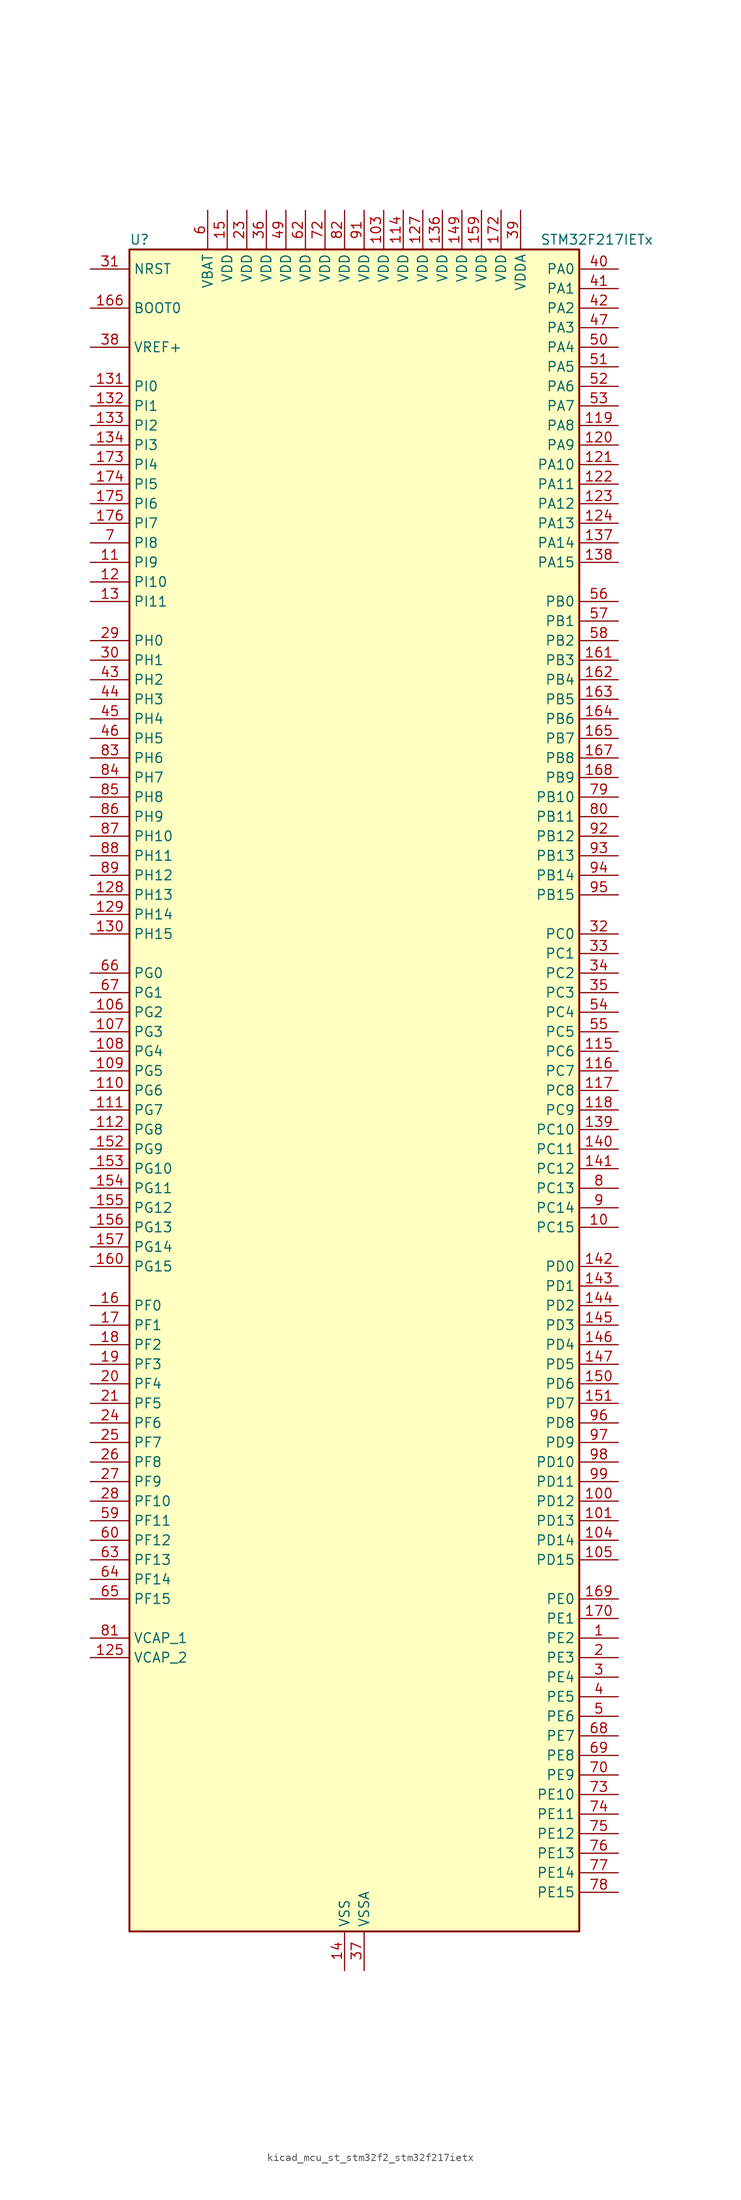
<source format=kicad_sym>
(kicad_symbol_lib
  (version 20220914)
  (generator kicad_symbol_editor)
  (symbol "kicad_mcu_st_stm32f2_stm32f217ietx"
    (property "Reference" "U"
      (at -27.94 110.49 0)
      (effects (font (size 1.27 1.27)) (justify left)))
    (property "Value" "STM32F217IETx"
      (at 25.4 110.49 0)
      (effects (font (size 1.27 1.27)) (justify left)))
    (property "ki_locked" ""
      (at 0 0 0)
      (effects (font (size 1.27 1.27))))
    (symbol "kicad_mcu_st_stm32f2_stm32f217ietx_0_1"
      (rectangle (start -27.94 -109.22) (end 30.48 109.22) (stroke (width 0.254) (type default)) (fill (type background))))
    (symbol "kicad_mcu_st_stm32f2_stm32f217ietx_1_1"
      (pin bidirectional line (at 35.56 -71.12 180) (length 5.08) (name "PE2" (effects (font (size 1.27 1.27)))) (number "1" (effects (font (size 1.27 1.27)))) (alternate "ETH_TXD3" bidirectional line) (alternate "FSMC_A23" bidirectional line) (alternate "SYS_TRACECLK" bidirectional line))
      (pin bidirectional line (at 35.56 -17.78 180) (length 5.08) (name "PC15" (effects (font (size 1.27 1.27)))) (number "10" (effects (font (size 1.27 1.27)))) (alternate "ADC1_EXTI15" bidirectional line) (alternate "ADC2_EXTI15" bidirectional line) (alternate "ADC3_EXTI15" bidirectional line) (alternate "RCC_OSC32_OUT" bidirectional line))
      (pin bidirectional line (at 35.56 -53.34 180) (length 5.08) (name "PD12" (effects (font (size 1.27 1.27)))) (number "100" (effects (font (size 1.27 1.27)))) (alternate "FSMC_A17" bidirectional line) (alternate "FSMC_ALE" bidirectional line) (alternate "TIM4_CH1" bidirectional line) (alternate "USART3_RTS" bidirectional line))
      (pin bidirectional line (at 35.56 -55.88 180) (length 5.08) (name "PD13" (effects (font (size 1.27 1.27)))) (number "101" (effects (font (size 1.27 1.27)))) (alternate "FSMC_A18" bidirectional line) (alternate "TIM4_CH2" bidirectional line))
      (pin passive line (at 0 -114.3 90) (length 5.08) hide (name "VSS" (effects (font (size 1.27 1.27)))) (number "102" (effects (font (size 1.27 1.27)))))
      (pin power_in line (at 5.08 114.3 270) (length 5.08) (name "VDD" (effects (font (size 1.27 1.27)))) (number "103" (effects (font (size 1.27 1.27)))))
      (pin bidirectional line (at 35.56 -58.42 180) (length 5.08) (name "PD14" (effects (font (size 1.27 1.27)))) (number "104" (effects (font (size 1.27 1.27)))) (alternate "FSMC_D0" bidirectional line) (alternate "FSMC_DA0" bidirectional line) (alternate "TIM4_CH3" bidirectional line))
      (pin bidirectional line (at 35.56 -60.96 180) (length 5.08) (name "PD15" (effects (font (size 1.27 1.27)))) (number "105" (effects (font (size 1.27 1.27)))) (alternate "ADC1_EXTI15" bidirectional line) (alternate "ADC2_EXTI15" bidirectional line) (alternate "ADC3_EXTI15" bidirectional line) (alternate "FSMC_D1" bidirectional line) (alternate "FSMC_DA1" bidirectional line) (alternate "TIM4_CH4" bidirectional line))
      (pin bidirectional line (at -33.02 10.16 0) (length 5.08) (name "PG2" (effects (font (size 1.27 1.27)))) (number "106" (effects (font (size 1.27 1.27)))) (alternate "FSMC_A12" bidirectional line))
      (pin bidirectional line (at -33.02 7.62 0) (length 5.08) (name "PG3" (effects (font (size 1.27 1.27)))) (number "107" (effects (font (size 1.27 1.27)))) (alternate "FSMC_A13" bidirectional line))
      (pin bidirectional line (at -33.02 5.08 0) (length 5.08) (name "PG4" (effects (font (size 1.27 1.27)))) (number "108" (effects (font (size 1.27 1.27)))) (alternate "FSMC_A14" bidirectional line))
      (pin bidirectional line (at -33.02 2.54 0) (length 5.08) (name "PG5" (effects (font (size 1.27 1.27)))) (number "109" (effects (font (size 1.27 1.27)))) (alternate "FSMC_A15" bidirectional line))
      (pin bidirectional line (at -33.02 68.58 0) (length 5.08) (name "PI9" (effects (font (size 1.27 1.27)))) (number "11" (effects (font (size 1.27 1.27)))) (alternate "CAN1_RX" bidirectional line) (alternate "DAC_EXTI9" bidirectional line))
      (pin bidirectional line (at -33.02 0 0) (length 5.08) (name "PG6" (effects (font (size 1.27 1.27)))) (number "110" (effects (font (size 1.27 1.27)))) (alternate "FSMC_INT2" bidirectional line))
      (pin bidirectional line (at -33.02 -2.54 0) (length 5.08) (name "PG7" (effects (font (size 1.27 1.27)))) (number "111" (effects (font (size 1.27 1.27)))) (alternate "FSMC_INT3" bidirectional line) (alternate "USART6_CK" bidirectional line))
      (pin bidirectional line (at -33.02 -5.08 0) (length 5.08) (name "PG8" (effects (font (size 1.27 1.27)))) (number "112" (effects (font (size 1.27 1.27)))) (alternate "ETH_PPS_OUT" bidirectional line) (alternate "USART6_RTS" bidirectional line))
      (pin passive line (at 0 -114.3 90) (length 5.08) hide (name "VSS" (effects (font (size 1.27 1.27)))) (number "113" (effects (font (size 1.27 1.27)))))
      (pin power_in line (at 7.62 114.3 270) (length 5.08) (name "VDD" (effects (font (size 1.27 1.27)))) (number "114" (effects (font (size 1.27 1.27)))))
      (pin bidirectional line (at 35.56 5.08 180) (length 5.08) (name "PC6" (effects (font (size 1.27 1.27)))) (number "115" (effects (font (size 1.27 1.27)))) (alternate "DCMI_D0" bidirectional line) (alternate "I2S2_MCK" bidirectional line) (alternate "SDIO_D6" bidirectional line) (alternate "TIM3_CH1" bidirectional line) (alternate "TIM8_CH1" bidirectional line) (alternate "USART6_TX" bidirectional line))
      (pin bidirectional line (at 35.56 2.54 180) (length 5.08) (name "PC7" (effects (font (size 1.27 1.27)))) (number "116" (effects (font (size 1.27 1.27)))) (alternate "DCMI_D1" bidirectional line) (alternate "I2S3_MCK" bidirectional line) (alternate "SDIO_D7" bidirectional line) (alternate "TIM3_CH2" bidirectional line) (alternate "TIM8_CH2" bidirectional line) (alternate "USART6_RX" bidirectional line))
      (pin bidirectional line (at 35.56 0 180) (length 5.08) (name "PC8" (effects (font (size 1.27 1.27)))) (number "117" (effects (font (size 1.27 1.27)))) (alternate "DCMI_D2" bidirectional line) (alternate "SDIO_D0" bidirectional line) (alternate "TIM3_CH3" bidirectional line) (alternate "TIM8_CH3" bidirectional line) (alternate "USART6_CK" bidirectional line))
      (pin bidirectional line (at 35.56 -2.54 180) (length 5.08) (name "PC9" (effects (font (size 1.27 1.27)))) (number "118" (effects (font (size 1.27 1.27)))) (alternate "DAC_EXTI9" bidirectional line) (alternate "DCMI_D3" bidirectional line) (alternate "I2C3_SDA" bidirectional line) (alternate "I2S_CKIN" bidirectional line) (alternate "RCC_MCO_2" bidirectional line) (alternate "SDIO_D1" bidirectional line) (alternate "TIM3_CH4" bidirectional line) (alternate "TIM8_CH4" bidirectional line))
      (pin bidirectional line (at 35.56 86.36 180) (length 5.08) (name "PA8" (effects (font (size 1.27 1.27)))) (number "119" (effects (font (size 1.27 1.27)))) (alternate "I2C3_SCL" bidirectional line) (alternate "RCC_MCO_1" bidirectional line) (alternate "TIM1_CH1" bidirectional line) (alternate "USART1_CK" bidirectional line) (alternate "USB_OTG_FS_SOF" bidirectional line))
      (pin bidirectional line (at -33.02 66.04 0) (length 5.08) (name "PI10" (effects (font (size 1.27 1.27)))) (number "12" (effects (font (size 1.27 1.27)))) (alternate "ETH_RX_ER" bidirectional line))
      (pin bidirectional line (at 35.56 83.82 180) (length 5.08) (name "PA9" (effects (font (size 1.27 1.27)))) (number "120" (effects (font (size 1.27 1.27)))) (alternate "DAC_EXTI9" bidirectional line) (alternate "DCMI_D0" bidirectional line) (alternate "I2C3_SMBA" bidirectional line) (alternate "TIM1_CH2" bidirectional line) (alternate "USART1_TX" bidirectional line) (alternate "USB_OTG_FS_VBUS" bidirectional line))
      (pin bidirectional line (at 35.56 81.28 180) (length 5.08) (name "PA10" (effects (font (size 1.27 1.27)))) (number "121" (effects (font (size 1.27 1.27)))) (alternate "DCMI_D1" bidirectional line) (alternate "TIM1_CH3" bidirectional line) (alternate "USART1_RX" bidirectional line) (alternate "USB_OTG_FS_ID" bidirectional line))
      (pin bidirectional line (at 35.56 78.74 180) (length 5.08) (name "PA11" (effects (font (size 1.27 1.27)))) (number "122" (effects (font (size 1.27 1.27)))) (alternate "ADC1_EXTI11" bidirectional line) (alternate "ADC2_EXTI11" bidirectional line) (alternate "ADC3_EXTI11" bidirectional line) (alternate "CAN1_RX" bidirectional line) (alternate "TIM1_CH4" bidirectional line) (alternate "USART1_CTS" bidirectional line) (alternate "USB_OTG_FS_DM" bidirectional line))
      (pin bidirectional line (at 35.56 76.2 180) (length 5.08) (name "PA12" (effects (font (size 1.27 1.27)))) (number "123" (effects (font (size 1.27 1.27)))) (alternate "CAN1_TX" bidirectional line) (alternate "TIM1_ETR" bidirectional line) (alternate "USART1_RTS" bidirectional line) (alternate "USB_OTG_FS_DP" bidirectional line))
      (pin bidirectional line (at 35.56 73.66 180) (length 5.08) (name "PA13" (effects (font (size 1.27 1.27)))) (number "124" (effects (font (size 1.27 1.27)))) (alternate "SYS_JTMS-SWDIO" bidirectional line))
      (pin power_out line (at -33.02 -73.66 0) (length 5.08) (name "VCAP_2" (effects (font (size 1.27 1.27)))) (number "125" (effects (font (size 1.27 1.27)))))
      (pin passive line (at 0 -114.3 90) (length 5.08) hide (name "VSS" (effects (font (size 1.27 1.27)))) (number "126" (effects (font (size 1.27 1.27)))))
      (pin power_in line (at 10.16 114.3 270) (length 5.08) (name "VDD" (effects (font (size 1.27 1.27)))) (number "127" (effects (font (size 1.27 1.27)))))
      (pin bidirectional line (at -33.02 25.4 0) (length 5.08) (name "PH13" (effects (font (size 1.27 1.27)))) (number "128" (effects (font (size 1.27 1.27)))) (alternate "CAN1_TX" bidirectional line) (alternate "TIM8_CH1N" bidirectional line))
      (pin bidirectional line (at -33.02 22.86 0) (length 5.08) (name "PH14" (effects (font (size 1.27 1.27)))) (number "129" (effects (font (size 1.27 1.27)))) (alternate "DCMI_D4" bidirectional line) (alternate "TIM8_CH2N" bidirectional line))
      (pin bidirectional line (at -33.02 63.5 0) (length 5.08) (name "PI11" (effects (font (size 1.27 1.27)))) (number "13" (effects (font (size 1.27 1.27)))) (alternate "ADC1_EXTI11" bidirectional line) (alternate "ADC2_EXTI11" bidirectional line) (alternate "ADC3_EXTI11" bidirectional line) (alternate "USB_OTG_HS_ULPI_DIR" bidirectional line))
      (pin bidirectional line (at -33.02 20.32 0) (length 5.08) (name "PH15" (effects (font (size 1.27 1.27)))) (number "130" (effects (font (size 1.27 1.27)))) (alternate "ADC1_EXTI15" bidirectional line) (alternate "ADC2_EXTI15" bidirectional line) (alternate "ADC3_EXTI15" bidirectional line) (alternate "DCMI_D11" bidirectional line) (alternate "TIM8_CH3N" bidirectional line))
      (pin bidirectional line (at -33.02 91.44 0) (length 5.08) (name "PI0" (effects (font (size 1.27 1.27)))) (number "131" (effects (font (size 1.27 1.27)))) (alternate "DCMI_D13" bidirectional line) (alternate "I2S2_WS" bidirectional line) (alternate "SPI2_NSS" bidirectional line) (alternate "TIM5_CH4" bidirectional line))
      (pin bidirectional line (at -33.02 88.9 0) (length 5.08) (name "PI1" (effects (font (size 1.27 1.27)))) (number "132" (effects (font (size 1.27 1.27)))) (alternate "DCMI_D8" bidirectional line) (alternate "I2S2_SCK" bidirectional line) (alternate "SPI2_SCK" bidirectional line))
      (pin bidirectional line (at -33.02 86.36 0) (length 5.08) (name "PI2" (effects (font (size 1.27 1.27)))) (number "133" (effects (font (size 1.27 1.27)))) (alternate "DCMI_D9" bidirectional line) (alternate "SPI2_MISO" bidirectional line) (alternate "TIM8_CH4" bidirectional line))
      (pin bidirectional line (at -33.02 83.82 0) (length 5.08) (name "PI3" (effects (font (size 1.27 1.27)))) (number "134" (effects (font (size 1.27 1.27)))) (alternate "DCMI_D10" bidirectional line) (alternate "I2S2_SD" bidirectional line) (alternate "SPI2_MOSI" bidirectional line) (alternate "TIM8_ETR" bidirectional line))
      (pin passive line (at 0 -114.3 90) (length 5.08) hide (name "VSS" (effects (font (size 1.27 1.27)))) (number "135" (effects (font (size 1.27 1.27)))))
      (pin power_in line (at 12.7 114.3 270) (length 5.08) (name "VDD" (effects (font (size 1.27 1.27)))) (number "136" (effects (font (size 1.27 1.27)))))
      (pin bidirectional line (at 35.56 71.12 180) (length 5.08) (name "PA14" (effects (font (size 1.27 1.27)))) (number "137" (effects (font (size 1.27 1.27)))) (alternate "SYS_JTCK-SWCLK" bidirectional line))
      (pin bidirectional line (at 35.56 68.58 180) (length 5.08) (name "PA15" (effects (font (size 1.27 1.27)))) (number "138" (effects (font (size 1.27 1.27)))) (alternate "ADC1_EXTI15" bidirectional line) (alternate "ADC2_EXTI15" bidirectional line) (alternate "ADC3_EXTI15" bidirectional line) (alternate "I2S3_WS" bidirectional line) (alternate "SPI1_NSS" bidirectional line) (alternate "SPI3_NSS" bidirectional line) (alternate "SYS_JTDI" bidirectional line) (alternate "TIM2_CH1" bidirectional line) (alternate "TIM2_ETR" bidirectional line))
      (pin bidirectional line (at 35.56 -5.08 180) (length 5.08) (name "PC10" (effects (font (size 1.27 1.27)))) (number "139" (effects (font (size 1.27 1.27)))) (alternate "DCMI_D8" bidirectional line) (alternate "I2S3_SCK" bidirectional line) (alternate "SDIO_D2" bidirectional line) (alternate "SPI3_SCK" bidirectional line) (alternate "UART4_TX" bidirectional line) (alternate "USART3_TX" bidirectional line))
      (pin power_in line (at 0 -114.3 90) (length 5.08) (name "VSS" (effects (font (size 1.27 1.27)))) (number "14" (effects (font (size 1.27 1.27)))))
      (pin bidirectional line (at 35.56 -7.62 180) (length 5.08) (name "PC11" (effects (font (size 1.27 1.27)))) (number "140" (effects (font (size 1.27 1.27)))) (alternate "ADC1_EXTI11" bidirectional line) (alternate "ADC2_EXTI11" bidirectional line) (alternate "ADC3_EXTI11" bidirectional line) (alternate "DCMI_D4" bidirectional line) (alternate "SDIO_D3" bidirectional line) (alternate "SPI3_MISO" bidirectional line) (alternate "UART4_RX" bidirectional line) (alternate "USART3_RX" bidirectional line))
      (pin bidirectional line (at 35.56 -10.16 180) (length 5.08) (name "PC12" (effects (font (size 1.27 1.27)))) (number "141" (effects (font (size 1.27 1.27)))) (alternate "DCMI_D9" bidirectional line) (alternate "I2S3_SD" bidirectional line) (alternate "SDIO_CK" bidirectional line) (alternate "SPI3_MOSI" bidirectional line) (alternate "UART5_TX" bidirectional line) (alternate "USART3_CK" bidirectional line))
      (pin bidirectional line (at 35.56 -22.86 180) (length 5.08) (name "PD0" (effects (font (size 1.27 1.27)))) (number "142" (effects (font (size 1.27 1.27)))) (alternate "CAN1_RX" bidirectional line) (alternate "FSMC_D2" bidirectional line) (alternate "FSMC_DA2" bidirectional line))
      (pin bidirectional line (at 35.56 -25.4 180) (length 5.08) (name "PD1" (effects (font (size 1.27 1.27)))) (number "143" (effects (font (size 1.27 1.27)))) (alternate "CAN1_TX" bidirectional line) (alternate "FSMC_D3" bidirectional line) (alternate "FSMC_DA3" bidirectional line))
      (pin bidirectional line (at 35.56 -27.94 180) (length 5.08) (name "PD2" (effects (font (size 1.27 1.27)))) (number "144" (effects (font (size 1.27 1.27)))) (alternate "DCMI_D11" bidirectional line) (alternate "SDIO_CMD" bidirectional line) (alternate "TIM3_ETR" bidirectional line) (alternate "UART5_RX" bidirectional line))
      (pin bidirectional line (at 35.56 -30.48 180) (length 5.08) (name "PD3" (effects (font (size 1.27 1.27)))) (number "145" (effects (font (size 1.27 1.27)))) (alternate "FSMC_CLK" bidirectional line) (alternate "USART2_CTS" bidirectional line))
      (pin bidirectional line (at 35.56 -33.02 180) (length 5.08) (name "PD4" (effects (font (size 1.27 1.27)))) (number "146" (effects (font (size 1.27 1.27)))) (alternate "FSMC_NOE" bidirectional line) (alternate "USART2_RTS" bidirectional line))
      (pin bidirectional line (at 35.56 -35.56 180) (length 5.08) (name "PD5" (effects (font (size 1.27 1.27)))) (number "147" (effects (font (size 1.27 1.27)))) (alternate "FSMC_NWE" bidirectional line) (alternate "USART2_TX" bidirectional line))
      (pin passive line (at 0 -114.3 90) (length 5.08) hide (name "VSS" (effects (font (size 1.27 1.27)))) (number "148" (effects (font (size 1.27 1.27)))))
      (pin power_in line (at 15.24 114.3 270) (length 5.08) (name "VDD" (effects (font (size 1.27 1.27)))) (number "149" (effects (font (size 1.27 1.27)))))
      (pin power_in line (at -15.24 114.3 270) (length 5.08) (name "VDD" (effects (font (size 1.27 1.27)))) (number "15" (effects (font (size 1.27 1.27)))))
      (pin bidirectional line (at 35.56 -38.1 180) (length 5.08) (name "PD6" (effects (font (size 1.27 1.27)))) (number "150" (effects (font (size 1.27 1.27)))) (alternate "FSMC_NWAIT" bidirectional line) (alternate "USART2_RX" bidirectional line))
      (pin bidirectional line (at 35.56 -40.64 180) (length 5.08) (name "PD7" (effects (font (size 1.27 1.27)))) (number "151" (effects (font (size 1.27 1.27)))) (alternate "FSMC_NCE2" bidirectional line) (alternate "FSMC_NE1" bidirectional line) (alternate "USART2_CK" bidirectional line))
      (pin bidirectional line (at -33.02 -7.62 0) (length 5.08) (name "PG9" (effects (font (size 1.27 1.27)))) (number "152" (effects (font (size 1.27 1.27)))) (alternate "DAC_EXTI9" bidirectional line) (alternate "FSMC_NCE3" bidirectional line) (alternate "FSMC_NE2" bidirectional line) (alternate "USART6_RX" bidirectional line))
      (pin bidirectional line (at -33.02 -10.16 0) (length 5.08) (name "PG10" (effects (font (size 1.27 1.27)))) (number "153" (effects (font (size 1.27 1.27)))) (alternate "FSMC_NCE4_1" bidirectional line) (alternate "FSMC_NE3" bidirectional line))
      (pin bidirectional line (at -33.02 -12.7 0) (length 5.08) (name "PG11" (effects (font (size 1.27 1.27)))) (number "154" (effects (font (size 1.27 1.27)))) (alternate "ADC1_EXTI11" bidirectional line) (alternate "ADC2_EXTI11" bidirectional line) (alternate "ADC3_EXTI11" bidirectional line) (alternate "ETH_TX_EN" bidirectional line) (alternate "FSMC_NCE4_2" bidirectional line))
      (pin bidirectional line (at -33.02 -15.24 0) (length 5.08) (name "PG12" (effects (font (size 1.27 1.27)))) (number "155" (effects (font (size 1.27 1.27)))) (alternate "FSMC_NE4" bidirectional line) (alternate "USART6_RTS" bidirectional line))
      (pin bidirectional line (at -33.02 -17.78 0) (length 5.08) (name "PG13" (effects (font (size 1.27 1.27)))) (number "156" (effects (font (size 1.27 1.27)))) (alternate "ETH_TXD0" bidirectional line) (alternate "FSMC_A24" bidirectional line) (alternate "USART6_CTS" bidirectional line))
      (pin bidirectional line (at -33.02 -20.32 0) (length 5.08) (name "PG14" (effects (font (size 1.27 1.27)))) (number "157" (effects (font (size 1.27 1.27)))) (alternate "ETH_TXD1" bidirectional line) (alternate "FSMC_A25" bidirectional line) (alternate "USART6_TX" bidirectional line))
      (pin passive line (at 0 -114.3 90) (length 5.08) hide (name "VSS" (effects (font (size 1.27 1.27)))) (number "158" (effects (font (size 1.27 1.27)))))
      (pin power_in line (at 17.78 114.3 270) (length 5.08) (name "VDD" (effects (font (size 1.27 1.27)))) (number "159" (effects (font (size 1.27 1.27)))))
      (pin bidirectional line (at -33.02 -27.94 0) (length 5.08) (name "PF0" (effects (font (size 1.27 1.27)))) (number "16" (effects (font (size 1.27 1.27)))) (alternate "FSMC_A0" bidirectional line) (alternate "I2C2_SDA" bidirectional line))
      (pin bidirectional line (at -33.02 -22.86 0) (length 5.08) (name "PG15" (effects (font (size 1.27 1.27)))) (number "160" (effects (font (size 1.27 1.27)))) (alternate "ADC1_EXTI15" bidirectional line) (alternate "ADC2_EXTI15" bidirectional line) (alternate "ADC3_EXTI15" bidirectional line) (alternate "DCMI_D13" bidirectional line) (alternate "USART6_CTS" bidirectional line))
      (pin bidirectional line (at 35.56 55.88 180) (length 5.08) (name "PB3" (effects (font (size 1.27 1.27)))) (number "161" (effects (font (size 1.27 1.27)))) (alternate "I2S3_SCK" bidirectional line) (alternate "SPI1_SCK" bidirectional line) (alternate "SPI3_SCK" bidirectional line) (alternate "SYS_JTDO-SWO" bidirectional line) (alternate "TIM2_CH2" bidirectional line))
      (pin bidirectional line (at 35.56 53.34 180) (length 5.08) (name "PB4" (effects (font (size 1.27 1.27)))) (number "162" (effects (font (size 1.27 1.27)))) (alternate "SPI1_MISO" bidirectional line) (alternate "SPI3_MISO" bidirectional line) (alternate "SYS_JTRST" bidirectional line) (alternate "TIM3_CH1" bidirectional line))
      (pin bidirectional line (at 35.56 50.8 180) (length 5.08) (name "PB5" (effects (font (size 1.27 1.27)))) (number "163" (effects (font (size 1.27 1.27)))) (alternate "CAN2_RX" bidirectional line) (alternate "DCMI_D10" bidirectional line) (alternate "ETH_PPS_OUT" bidirectional line) (alternate "I2C1_SMBA" bidirectional line) (alternate "I2S3_SD" bidirectional line) (alternate "SPI1_MOSI" bidirectional line) (alternate "SPI3_MOSI" bidirectional line) (alternate "TIM3_CH2" bidirectional line) (alternate "USB_OTG_HS_ULPI_D7" bidirectional line))
      (pin bidirectional line (at 35.56 48.26 180) (length 5.08) (name "PB6" (effects (font (size 1.27 1.27)))) (number "164" (effects (font (size 1.27 1.27)))) (alternate "CAN2_TX" bidirectional line) (alternate "DCMI_D5" bidirectional line) (alternate "I2C1_SCL" bidirectional line) (alternate "TIM4_CH1" bidirectional line) (alternate "USART1_TX" bidirectional line))
      (pin bidirectional line (at 35.56 45.72 180) (length 5.08) (name "PB7" (effects (font (size 1.27 1.27)))) (number "165" (effects (font (size 1.27 1.27)))) (alternate "DCMI_VSYNC" bidirectional line) (alternate "FSMC_NL" bidirectional line) (alternate "I2C1_SDA" bidirectional line) (alternate "TIM4_CH2" bidirectional line) (alternate "USART1_RX" bidirectional line))
      (pin input line (at -33.02 101.6 0) (length 5.08) (name "BOOT0" (effects (font (size 1.27 1.27)))) (number "166" (effects (font (size 1.27 1.27)))))
      (pin bidirectional line (at 35.56 43.18 180) (length 5.08) (name "PB8" (effects (font (size 1.27 1.27)))) (number "167" (effects (font (size 1.27 1.27)))) (alternate "CAN1_RX" bidirectional line) (alternate "DCMI_D6" bidirectional line) (alternate "ETH_TXD3" bidirectional line) (alternate "I2C1_SCL" bidirectional line) (alternate "SDIO_D4" bidirectional line) (alternate "TIM10_CH1" bidirectional line) (alternate "TIM4_CH3" bidirectional line))
      (pin bidirectional line (at 35.56 40.64 180) (length 5.08) (name "PB9" (effects (font (size 1.27 1.27)))) (number "168" (effects (font (size 1.27 1.27)))) (alternate "CAN1_TX" bidirectional line) (alternate "DAC_EXTI9" bidirectional line) (alternate "DCMI_D7" bidirectional line) (alternate "I2C1_SDA" bidirectional line) (alternate "I2S2_WS" bidirectional line) (alternate "SDIO_D5" bidirectional line) (alternate "SPI2_NSS" bidirectional line) (alternate "TIM11_CH1" bidirectional line) (alternate "TIM4_CH4" bidirectional line))
      (pin bidirectional line (at 35.56 -66.04 180) (length 5.08) (name "PE0" (effects (font (size 1.27 1.27)))) (number "169" (effects (font (size 1.27 1.27)))) (alternate "DCMI_D2" bidirectional line) (alternate "FSMC_NBL0" bidirectional line) (alternate "TIM4_ETR" bidirectional line))
      (pin bidirectional line (at -33.02 -30.48 0) (length 5.08) (name "PF1" (effects (font (size 1.27 1.27)))) (number "17" (effects (font (size 1.27 1.27)))) (alternate "FSMC_A1" bidirectional line) (alternate "I2C2_SCL" bidirectional line))
      (pin bidirectional line (at 35.56 -68.58 180) (length 5.08) (name "PE1" (effects (font (size 1.27 1.27)))) (number "170" (effects (font (size 1.27 1.27)))) (alternate "DCMI_D3" bidirectional line) (alternate "FSMC_NBL1" bidirectional line))
      (pin no_connect line (at -27.94 -109.22 0) (length 5.08) hide (name "RFU" (effects (font (size 1.27 1.27)))) (number "171" (effects (font (size 1.27 1.27)))))
      (pin power_in line (at 20.32 114.3 270) (length 5.08) (name "VDD" (effects (font (size 1.27 1.27)))) (number "172" (effects (font (size 1.27 1.27)))))
      (pin bidirectional line (at -33.02 81.28 0) (length 5.08) (name "PI4" (effects (font (size 1.27 1.27)))) (number "173" (effects (font (size 1.27 1.27)))) (alternate "DCMI_D5" bidirectional line) (alternate "TIM8_BKIN" bidirectional line))
      (pin bidirectional line (at -33.02 78.74 0) (length 5.08) (name "PI5" (effects (font (size 1.27 1.27)))) (number "174" (effects (font (size 1.27 1.27)))) (alternate "DCMI_VSYNC" bidirectional line) (alternate "TIM8_CH1" bidirectional line))
      (pin bidirectional line (at -33.02 76.2 0) (length 5.08) (name "PI6" (effects (font (size 1.27 1.27)))) (number "175" (effects (font (size 1.27 1.27)))) (alternate "DCMI_D6" bidirectional line) (alternate "TIM8_CH2" bidirectional line))
      (pin bidirectional line (at -33.02 73.66 0) (length 5.08) (name "PI7" (effects (font (size 1.27 1.27)))) (number "176" (effects (font (size 1.27 1.27)))) (alternate "DCMI_D7" bidirectional line) (alternate "TIM8_CH3" bidirectional line))
      (pin bidirectional line (at -33.02 -33.02 0) (length 5.08) (name "PF2" (effects (font (size 1.27 1.27)))) (number "18" (effects (font (size 1.27 1.27)))) (alternate "FSMC_A2" bidirectional line) (alternate "I2C2_SMBA" bidirectional line))
      (pin bidirectional line (at -33.02 -35.56 0) (length 5.08) (name "PF3" (effects (font (size 1.27 1.27)))) (number "19" (effects (font (size 1.27 1.27)))) (alternate "ADC3_IN9" bidirectional line) (alternate "FSMC_A3" bidirectional line))
      (pin bidirectional line (at 35.56 -73.66 180) (length 5.08) (name "PE3" (effects (font (size 1.27 1.27)))) (number "2" (effects (font (size 1.27 1.27)))) (alternate "FSMC_A19" bidirectional line) (alternate "SYS_TRACED0" bidirectional line))
      (pin bidirectional line (at -33.02 -38.1 0) (length 5.08) (name "PF4" (effects (font (size 1.27 1.27)))) (number "20" (effects (font (size 1.27 1.27)))) (alternate "ADC3_IN14" bidirectional line) (alternate "FSMC_A4" bidirectional line))
      (pin bidirectional line (at -33.02 -40.64 0) (length 5.08) (name "PF5" (effects (font (size 1.27 1.27)))) (number "21" (effects (font (size 1.27 1.27)))) (alternate "ADC3_IN15" bidirectional line) (alternate "FSMC_A5" bidirectional line))
      (pin passive line (at 0 -114.3 90) (length 5.08) hide (name "VSS" (effects (font (size 1.27 1.27)))) (number "22" (effects (font (size 1.27 1.27)))))
      (pin power_in line (at -12.7 114.3 270) (length 5.08) (name "VDD" (effects (font (size 1.27 1.27)))) (number "23" (effects (font (size 1.27 1.27)))))
      (pin bidirectional line (at -33.02 -43.18 0) (length 5.08) (name "PF6" (effects (font (size 1.27 1.27)))) (number "24" (effects (font (size 1.27 1.27)))) (alternate "ADC3_IN4" bidirectional line) (alternate "FSMC_NIORD" bidirectional line) (alternate "TIM10_CH1" bidirectional line))
      (pin bidirectional line (at -33.02 -45.72 0) (length 5.08) (name "PF7" (effects (font (size 1.27 1.27)))) (number "25" (effects (font (size 1.27 1.27)))) (alternate "ADC3_IN5" bidirectional line) (alternate "FSMC_NREG" bidirectional line) (alternate "TIM11_CH1" bidirectional line))
      (pin bidirectional line (at -33.02 -48.26 0) (length 5.08) (name "PF8" (effects (font (size 1.27 1.27)))) (number "26" (effects (font (size 1.27 1.27)))) (alternate "ADC3_IN6" bidirectional line) (alternate "FSMC_NIOWR" bidirectional line) (alternate "TIM13_CH1" bidirectional line))
      (pin bidirectional line (at -33.02 -50.8 0) (length 5.08) (name "PF9" (effects (font (size 1.27 1.27)))) (number "27" (effects (font (size 1.27 1.27)))) (alternate "ADC3_IN7" bidirectional line) (alternate "DAC_EXTI9" bidirectional line) (alternate "FSMC_CD" bidirectional line) (alternate "TIM14_CH1" bidirectional line))
      (pin bidirectional line (at -33.02 -53.34 0) (length 5.08) (name "PF10" (effects (font (size 1.27 1.27)))) (number "28" (effects (font (size 1.27 1.27)))) (alternate "ADC3_IN8" bidirectional line) (alternate "FSMC_INTR" bidirectional line))
      (pin bidirectional line (at -33.02 58.42 0) (length 5.08) (name "PH0" (effects (font (size 1.27 1.27)))) (number "29" (effects (font (size 1.27 1.27)))) (alternate "RCC_OSC_IN" bidirectional line))
      (pin bidirectional line (at 35.56 -76.2 180) (length 5.08) (name "PE4" (effects (font (size 1.27 1.27)))) (number "3" (effects (font (size 1.27 1.27)))) (alternate "DCMI_D4" bidirectional line) (alternate "FSMC_A20" bidirectional line) (alternate "SYS_TRACED1" bidirectional line))
      (pin bidirectional line (at -33.02 55.88 0) (length 5.08) (name "PH1" (effects (font (size 1.27 1.27)))) (number "30" (effects (font (size 1.27 1.27)))) (alternate "RCC_OSC_OUT" bidirectional line))
      (pin input line (at -33.02 106.68 0) (length 5.08) (name "NRST" (effects (font (size 1.27 1.27)))) (number "31" (effects (font (size 1.27 1.27)))))
      (pin bidirectional line (at 35.56 20.32 180) (length 5.08) (name "PC0" (effects (font (size 1.27 1.27)))) (number "32" (effects (font (size 1.27 1.27)))) (alternate "ADC1_IN10" bidirectional line) (alternate "ADC2_IN10" bidirectional line) (alternate "ADC3_IN10" bidirectional line) (alternate "USB_OTG_HS_ULPI_STP" bidirectional line))
      (pin bidirectional line (at 35.56 17.78 180) (length 5.08) (name "PC1" (effects (font (size 1.27 1.27)))) (number "33" (effects (font (size 1.27 1.27)))) (alternate "ADC1_IN11" bidirectional line) (alternate "ADC2_IN11" bidirectional line) (alternate "ADC3_IN11" bidirectional line) (alternate "ETH_MDC" bidirectional line))
      (pin bidirectional line (at 35.56 15.24 180) (length 5.08) (name "PC2" (effects (font (size 1.27 1.27)))) (number "34" (effects (font (size 1.27 1.27)))) (alternate "ADC1_IN12" bidirectional line) (alternate "ADC2_IN12" bidirectional line) (alternate "ADC3_IN12" bidirectional line) (alternate "ETH_TXD2" bidirectional line) (alternate "SPI2_MISO" bidirectional line) (alternate "USB_OTG_HS_ULPI_DIR" bidirectional line))
      (pin bidirectional line (at 35.56 12.7 180) (length 5.08) (name "PC3" (effects (font (size 1.27 1.27)))) (number "35" (effects (font (size 1.27 1.27)))) (alternate "ADC1_IN13" bidirectional line) (alternate "ADC2_IN13" bidirectional line) (alternate "ADC3_IN13" bidirectional line) (alternate "ETH_TX_CLK" bidirectional line) (alternate "I2S2_SD" bidirectional line) (alternate "SPI2_MOSI" bidirectional line) (alternate "USB_OTG_HS_ULPI_NXT" bidirectional line))
      (pin power_in line (at -10.16 114.3 270) (length 5.08) (name "VDD" (effects (font (size 1.27 1.27)))) (number "36" (effects (font (size 1.27 1.27)))))
      (pin power_in line (at 2.54 -114.3 90) (length 5.08) (name "VSSA" (effects (font (size 1.27 1.27)))) (number "37" (effects (font (size 1.27 1.27)))))
      (pin input line (at -33.02 96.52 0) (length 5.08) (name "VREF+" (effects (font (size 1.27 1.27)))) (number "38" (effects (font (size 1.27 1.27)))))
      (pin power_in line (at 22.86 114.3 270) (length 5.08) (name "VDDA" (effects (font (size 1.27 1.27)))) (number "39" (effects (font (size 1.27 1.27)))))
      (pin bidirectional line (at 35.56 -78.74 180) (length 5.08) (name "PE5" (effects (font (size 1.27 1.27)))) (number "4" (effects (font (size 1.27 1.27)))) (alternate "DCMI_D6" bidirectional line) (alternate "FSMC_A21" bidirectional line) (alternate "SYS_TRACED2" bidirectional line) (alternate "TIM9_CH1" bidirectional line))
      (pin bidirectional line (at 35.56 106.68 180) (length 5.08) (name "PA0" (effects (font (size 1.27 1.27)))) (number "40" (effects (font (size 1.27 1.27)))) (alternate "ADC1_IN0" bidirectional line) (alternate "ADC2_IN0" bidirectional line) (alternate "ADC3_IN0" bidirectional line) (alternate "ETH_CRS" bidirectional line) (alternate "SYS_WKUP" bidirectional line) (alternate "TIM2_CH1" bidirectional line) (alternate "TIM2_ETR" bidirectional line) (alternate "TIM5_CH1" bidirectional line) (alternate "TIM8_ETR" bidirectional line) (alternate "UART4_TX" bidirectional line) (alternate "USART2_CTS" bidirectional line))
      (pin bidirectional line (at 35.56 104.14 180) (length 5.08) (name "PA1" (effects (font (size 1.27 1.27)))) (number "41" (effects (font (size 1.27 1.27)))) (alternate "ADC1_IN1" bidirectional line) (alternate "ADC2_IN1" bidirectional line) (alternate "ADC3_IN1" bidirectional line) (alternate "ETH_REF_CLK" bidirectional line) (alternate "ETH_RX_CLK" bidirectional line) (alternate "TIM2_CH2" bidirectional line) (alternate "TIM5_CH2" bidirectional line) (alternate "UART4_RX" bidirectional line) (alternate "USART2_RTS" bidirectional line))
      (pin bidirectional line (at 35.56 101.6 180) (length 5.08) (name "PA2" (effects (font (size 1.27 1.27)))) (number "42" (effects (font (size 1.27 1.27)))) (alternate "ADC1_IN2" bidirectional line) (alternate "ADC2_IN2" bidirectional line) (alternate "ADC3_IN2" bidirectional line) (alternate "ETH_MDIO" bidirectional line) (alternate "TIM2_CH3" bidirectional line) (alternate "TIM5_CH3" bidirectional line) (alternate "TIM9_CH1" bidirectional line) (alternate "USART2_TX" bidirectional line))
      (pin bidirectional line (at -33.02 53.34 0) (length 5.08) (name "PH2" (effects (font (size 1.27 1.27)))) (number "43" (effects (font (size 1.27 1.27)))) (alternate "ETH_CRS" bidirectional line))
      (pin bidirectional line (at -33.02 50.8 0) (length 5.08) (name "PH3" (effects (font (size 1.27 1.27)))) (number "44" (effects (font (size 1.27 1.27)))) (alternate "ETH_COL" bidirectional line))
      (pin bidirectional line (at -33.02 48.26 0) (length 5.08) (name "PH4" (effects (font (size 1.27 1.27)))) (number "45" (effects (font (size 1.27 1.27)))) (alternate "I2C2_SCL" bidirectional line) (alternate "USB_OTG_HS_ULPI_NXT" bidirectional line))
      (pin bidirectional line (at -33.02 45.72 0) (length 5.08) (name "PH5" (effects (font (size 1.27 1.27)))) (number "46" (effects (font (size 1.27 1.27)))) (alternate "I2C2_SDA" bidirectional line))
      (pin bidirectional line (at 35.56 99.06 180) (length 5.08) (name "PA3" (effects (font (size 1.27 1.27)))) (number "47" (effects (font (size 1.27 1.27)))) (alternate "ADC1_IN3" bidirectional line) (alternate "ADC2_IN3" bidirectional line) (alternate "ADC3_IN3" bidirectional line) (alternate "ETH_COL" bidirectional line) (alternate "TIM2_CH4" bidirectional line) (alternate "TIM5_CH4" bidirectional line) (alternate "TIM9_CH2" bidirectional line) (alternate "USART2_RX" bidirectional line) (alternate "USB_OTG_HS_ULPI_D0" bidirectional line))
      (pin passive line (at 0 -114.3 90) (length 5.08) hide (name "VSS" (effects (font (size 1.27 1.27)))) (number "48" (effects (font (size 1.27 1.27)))))
      (pin power_in line (at -7.62 114.3 270) (length 5.08) (name "VDD" (effects (font (size 1.27 1.27)))) (number "49" (effects (font (size 1.27 1.27)))))
      (pin bidirectional line (at 35.56 -81.28 180) (length 5.08) (name "PE6" (effects (font (size 1.27 1.27)))) (number "5" (effects (font (size 1.27 1.27)))) (alternate "DCMI_D7" bidirectional line) (alternate "FSMC_A22" bidirectional line) (alternate "SYS_TRACED3" bidirectional line) (alternate "TIM9_CH2" bidirectional line))
      (pin bidirectional line (at 35.56 96.52 180) (length 5.08) (name "PA4" (effects (font (size 1.27 1.27)))) (number "50" (effects (font (size 1.27 1.27)))) (alternate "ADC1_IN4" bidirectional line) (alternate "ADC2_IN4" bidirectional line) (alternate "DAC_OUT1" bidirectional line) (alternate "DCMI_HSYNC" bidirectional line) (alternate "I2S3_WS" bidirectional line) (alternate "SPI1_NSS" bidirectional line) (alternate "SPI3_NSS" bidirectional line) (alternate "USART2_CK" bidirectional line) (alternate "USB_OTG_HS_SOF" bidirectional line))
      (pin bidirectional line (at 35.56 93.98 180) (length 5.08) (name "PA5" (effects (font (size 1.27 1.27)))) (number "51" (effects (font (size 1.27 1.27)))) (alternate "ADC1_IN5" bidirectional line) (alternate "ADC2_IN5" bidirectional line) (alternate "DAC_OUT2" bidirectional line) (alternate "SPI1_SCK" bidirectional line) (alternate "TIM2_CH1" bidirectional line) (alternate "TIM2_ETR" bidirectional line) (alternate "TIM8_CH1N" bidirectional line) (alternate "USB_OTG_HS_ULPI_CK" bidirectional line))
      (pin bidirectional line (at 35.56 91.44 180) (length 5.08) (name "PA6" (effects (font (size 1.27 1.27)))) (number "52" (effects (font (size 1.27 1.27)))) (alternate "ADC1_IN6" bidirectional line) (alternate "ADC2_IN6" bidirectional line) (alternate "DCMI_PIXCLK" bidirectional line) (alternate "SPI1_MISO" bidirectional line) (alternate "TIM13_CH1" bidirectional line) (alternate "TIM1_BKIN" bidirectional line) (alternate "TIM3_CH1" bidirectional line) (alternate "TIM8_BKIN" bidirectional line))
      (pin bidirectional line (at 35.56 88.9 180) (length 5.08) (name "PA7" (effects (font (size 1.27 1.27)))) (number "53" (effects (font (size 1.27 1.27)))) (alternate "ADC1_IN7" bidirectional line) (alternate "ADC2_IN7" bidirectional line) (alternate "ETH_CRS_DV" bidirectional line) (alternate "ETH_RX_DV" bidirectional line) (alternate "SPI1_MOSI" bidirectional line) (alternate "TIM14_CH1" bidirectional line) (alternate "TIM1_CH1N" bidirectional line) (alternate "TIM3_CH2" bidirectional line) (alternate "TIM8_CH1N" bidirectional line))
      (pin bidirectional line (at 35.56 10.16 180) (length 5.08) (name "PC4" (effects (font (size 1.27 1.27)))) (number "54" (effects (font (size 1.27 1.27)))) (alternate "ADC1_IN14" bidirectional line) (alternate "ADC2_IN14" bidirectional line) (alternate "ETH_RXD0" bidirectional line))
      (pin bidirectional line (at 35.56 7.62 180) (length 5.08) (name "PC5" (effects (font (size 1.27 1.27)))) (number "55" (effects (font (size 1.27 1.27)))) (alternate "ADC1_IN15" bidirectional line) (alternate "ADC2_IN15" bidirectional line) (alternate "ETH_RXD1" bidirectional line))
      (pin bidirectional line (at 35.56 63.5 180) (length 5.08) (name "PB0" (effects (font (size 1.27 1.27)))) (number "56" (effects (font (size 1.27 1.27)))) (alternate "ADC1_IN8" bidirectional line) (alternate "ADC2_IN8" bidirectional line) (alternate "ETH_RXD2" bidirectional line) (alternate "TIM1_CH2N" bidirectional line) (alternate "TIM3_CH3" bidirectional line) (alternate "TIM8_CH2N" bidirectional line) (alternate "USB_OTG_HS_ULPI_D1" bidirectional line))
      (pin bidirectional line (at 35.56 60.96 180) (length 5.08) (name "PB1" (effects (font (size 1.27 1.27)))) (number "57" (effects (font (size 1.27 1.27)))) (alternate "ADC1_IN9" bidirectional line) (alternate "ADC2_IN9" bidirectional line) (alternate "ETH_RXD3" bidirectional line) (alternate "TIM1_CH3N" bidirectional line) (alternate "TIM3_CH4" bidirectional line) (alternate "TIM8_CH3N" bidirectional line) (alternate "USB_OTG_HS_ULPI_D2" bidirectional line))
      (pin bidirectional line (at 35.56 58.42 180) (length 5.08) (name "PB2" (effects (font (size 1.27 1.27)))) (number "58" (effects (font (size 1.27 1.27)))))
      (pin bidirectional line (at -33.02 -55.88 0) (length 5.08) (name "PF11" (effects (font (size 1.27 1.27)))) (number "59" (effects (font (size 1.27 1.27)))) (alternate "ADC1_EXTI11" bidirectional line) (alternate "ADC2_EXTI11" bidirectional line) (alternate "ADC3_EXTI11" bidirectional line) (alternate "DCMI_D12" bidirectional line))
      (pin power_in line (at -17.78 114.3 270) (length 5.08) (name "VBAT" (effects (font (size 1.27 1.27)))) (number "6" (effects (font (size 1.27 1.27)))))
      (pin bidirectional line (at -33.02 -58.42 0) (length 5.08) (name "PF12" (effects (font (size 1.27 1.27)))) (number "60" (effects (font (size 1.27 1.27)))) (alternate "FSMC_A6" bidirectional line))
      (pin passive line (at 0 -114.3 90) (length 5.08) hide (name "VSS" (effects (font (size 1.27 1.27)))) (number "61" (effects (font (size 1.27 1.27)))))
      (pin power_in line (at -5.08 114.3 270) (length 5.08) (name "VDD" (effects (font (size 1.27 1.27)))) (number "62" (effects (font (size 1.27 1.27)))))
      (pin bidirectional line (at -33.02 -60.96 0) (length 5.08) (name "PF13" (effects (font (size 1.27 1.27)))) (number "63" (effects (font (size 1.27 1.27)))) (alternate "FSMC_A7" bidirectional line))
      (pin bidirectional line (at -33.02 -63.5 0) (length 5.08) (name "PF14" (effects (font (size 1.27 1.27)))) (number "64" (effects (font (size 1.27 1.27)))) (alternate "FSMC_A8" bidirectional line))
      (pin bidirectional line (at -33.02 -66.04 0) (length 5.08) (name "PF15" (effects (font (size 1.27 1.27)))) (number "65" (effects (font (size 1.27 1.27)))) (alternate "ADC1_EXTI15" bidirectional line) (alternate "ADC2_EXTI15" bidirectional line) (alternate "ADC3_EXTI15" bidirectional line) (alternate "FSMC_A9" bidirectional line))
      (pin bidirectional line (at -33.02 15.24 0) (length 5.08) (name "PG0" (effects (font (size 1.27 1.27)))) (number "66" (effects (font (size 1.27 1.27)))) (alternate "FSMC_A10" bidirectional line))
      (pin bidirectional line (at -33.02 12.7 0) (length 5.08) (name "PG1" (effects (font (size 1.27 1.27)))) (number "67" (effects (font (size 1.27 1.27)))) (alternate "FSMC_A11" bidirectional line))
      (pin bidirectional line (at 35.56 -83.82 180) (length 5.08) (name "PE7" (effects (font (size 1.27 1.27)))) (number "68" (effects (font (size 1.27 1.27)))) (alternate "FSMC_D4" bidirectional line) (alternate "FSMC_DA4" bidirectional line) (alternate "TIM1_ETR" bidirectional line))
      (pin bidirectional line (at 35.56 -86.36 180) (length 5.08) (name "PE8" (effects (font (size 1.27 1.27)))) (number "69" (effects (font (size 1.27 1.27)))) (alternate "FSMC_D5" bidirectional line) (alternate "FSMC_DA5" bidirectional line) (alternate "TIM1_CH1N" bidirectional line))
      (pin bidirectional line (at -33.02 71.12 0) (length 5.08) (name "PI8" (effects (font (size 1.27 1.27)))) (number "7" (effects (font (size 1.27 1.27)))) (alternate "RTC_AF2" bidirectional line))
      (pin bidirectional line (at 35.56 -88.9 180) (length 5.08) (name "PE9" (effects (font (size 1.27 1.27)))) (number "70" (effects (font (size 1.27 1.27)))) (alternate "DAC_EXTI9" bidirectional line) (alternate "FSMC_D6" bidirectional line) (alternate "FSMC_DA6" bidirectional line) (alternate "TIM1_CH1" bidirectional line))
      (pin passive line (at 0 -114.3 90) (length 5.08) hide (name "VSS" (effects (font (size 1.27 1.27)))) (number "71" (effects (font (size 1.27 1.27)))))
      (pin power_in line (at -2.54 114.3 270) (length 5.08) (name "VDD" (effects (font (size 1.27 1.27)))) (number "72" (effects (font (size 1.27 1.27)))))
      (pin bidirectional line (at 35.56 -91.44 180) (length 5.08) (name "PE10" (effects (font (size 1.27 1.27)))) (number "73" (effects (font (size 1.27 1.27)))) (alternate "FSMC_D7" bidirectional line) (alternate "FSMC_DA7" bidirectional line) (alternate "TIM1_CH2N" bidirectional line))
      (pin bidirectional line (at 35.56 -93.98 180) (length 5.08) (name "PE11" (effects (font (size 1.27 1.27)))) (number "74" (effects (font (size 1.27 1.27)))) (alternate "ADC1_EXTI11" bidirectional line) (alternate "ADC2_EXTI11" bidirectional line) (alternate "ADC3_EXTI11" bidirectional line) (alternate "FSMC_D8" bidirectional line) (alternate "FSMC_DA8" bidirectional line) (alternate "TIM1_CH2" bidirectional line))
      (pin bidirectional line (at 35.56 -96.52 180) (length 5.08) (name "PE12" (effects (font (size 1.27 1.27)))) (number "75" (effects (font (size 1.27 1.27)))) (alternate "FSMC_D9" bidirectional line) (alternate "FSMC_DA9" bidirectional line) (alternate "TIM1_CH3N" bidirectional line))
      (pin bidirectional line (at 35.56 -99.06 180) (length 5.08) (name "PE13" (effects (font (size 1.27 1.27)))) (number "76" (effects (font (size 1.27 1.27)))) (alternate "FSMC_D10" bidirectional line) (alternate "FSMC_DA10" bidirectional line) (alternate "TIM1_CH3" bidirectional line))
      (pin bidirectional line (at 35.56 -101.6 180) (length 5.08) (name "PE14" (effects (font (size 1.27 1.27)))) (number "77" (effects (font (size 1.27 1.27)))) (alternate "FSMC_D11" bidirectional line) (alternate "FSMC_DA11" bidirectional line) (alternate "TIM1_CH4" bidirectional line))
      (pin bidirectional line (at 35.56 -104.14 180) (length 5.08) (name "PE15" (effects (font (size 1.27 1.27)))) (number "78" (effects (font (size 1.27 1.27)))) (alternate "ADC1_EXTI15" bidirectional line) (alternate "ADC2_EXTI15" bidirectional line) (alternate "ADC3_EXTI15" bidirectional line) (alternate "FSMC_D12" bidirectional line) (alternate "FSMC_DA12" bidirectional line) (alternate "TIM1_BKIN" bidirectional line))
      (pin bidirectional line (at 35.56 38.1 180) (length 5.08) (name "PB10" (effects (font (size 1.27 1.27)))) (number "79" (effects (font (size 1.27 1.27)))) (alternate "ETH_RX_ER" bidirectional line) (alternate "I2C2_SCL" bidirectional line) (alternate "I2S2_SCK" bidirectional line) (alternate "SPI2_SCK" bidirectional line) (alternate "TIM2_CH3" bidirectional line) (alternate "USART3_TX" bidirectional line) (alternate "USB_OTG_HS_ULPI_D3" bidirectional line))
      (pin bidirectional line (at 35.56 -12.7 180) (length 5.08) (name "PC13" (effects (font (size 1.27 1.27)))) (number "8" (effects (font (size 1.27 1.27)))) (alternate "RTC_AF1" bidirectional line))
      (pin bidirectional line (at 35.56 35.56 180) (length 5.08) (name "PB11" (effects (font (size 1.27 1.27)))) (number "80" (effects (font (size 1.27 1.27)))) (alternate "ADC1_EXTI11" bidirectional line) (alternate "ADC2_EXTI11" bidirectional line) (alternate "ADC3_EXTI11" bidirectional line) (alternate "ETH_TX_EN" bidirectional line) (alternate "I2C2_SDA" bidirectional line) (alternate "TIM2_CH4" bidirectional line) (alternate "USART3_RX" bidirectional line) (alternate "USB_OTG_HS_ULPI_D4" bidirectional line))
      (pin power_out line (at -33.02 -71.12 0) (length 5.08) (name "VCAP_1" (effects (font (size 1.27 1.27)))) (number "81" (effects (font (size 1.27 1.27)))))
      (pin power_in line (at 0 114.3 270) (length 5.08) (name "VDD" (effects (font (size 1.27 1.27)))) (number "82" (effects (font (size 1.27 1.27)))))
      (pin bidirectional line (at -33.02 43.18 0) (length 5.08) (name "PH6" (effects (font (size 1.27 1.27)))) (number "83" (effects (font (size 1.27 1.27)))) (alternate "ETH_RXD2" bidirectional line) (alternate "I2C2_SMBA" bidirectional line) (alternate "TIM12_CH1" bidirectional line))
      (pin bidirectional line (at -33.02 40.64 0) (length 5.08) (name "PH7" (effects (font (size 1.27 1.27)))) (number "84" (effects (font (size 1.27 1.27)))) (alternate "ETH_RXD3" bidirectional line) (alternate "I2C3_SCL" bidirectional line))
      (pin bidirectional line (at -33.02 38.1 0) (length 5.08) (name "PH8" (effects (font (size 1.27 1.27)))) (number "85" (effects (font (size 1.27 1.27)))) (alternate "DCMI_HSYNC" bidirectional line) (alternate "I2C3_SDA" bidirectional line))
      (pin bidirectional line (at -33.02 35.56 0) (length 5.08) (name "PH9" (effects (font (size 1.27 1.27)))) (number "86" (effects (font (size 1.27 1.27)))) (alternate "DAC_EXTI9" bidirectional line) (alternate "DCMI_D0" bidirectional line) (alternate "I2C3_SMBA" bidirectional line) (alternate "TIM12_CH2" bidirectional line))
      (pin bidirectional line (at -33.02 33.02 0) (length 5.08) (name "PH10" (effects (font (size 1.27 1.27)))) (number "87" (effects (font (size 1.27 1.27)))) (alternate "DCMI_D1" bidirectional line) (alternate "TIM5_CH1" bidirectional line))
      (pin bidirectional line (at -33.02 30.48 0) (length 5.08) (name "PH11" (effects (font (size 1.27 1.27)))) (number "88" (effects (font (size 1.27 1.27)))) (alternate "ADC1_EXTI11" bidirectional line) (alternate "ADC2_EXTI11" bidirectional line) (alternate "ADC3_EXTI11" bidirectional line) (alternate "DCMI_D2" bidirectional line) (alternate "TIM5_CH2" bidirectional line))
      (pin bidirectional line (at -33.02 27.94 0) (length 5.08) (name "PH12" (effects (font (size 1.27 1.27)))) (number "89" (effects (font (size 1.27 1.27)))) (alternate "DCMI_D3" bidirectional line) (alternate "TIM5_CH3" bidirectional line))
      (pin bidirectional line (at 35.56 -15.24 180) (length 5.08) (name "PC14" (effects (font (size 1.27 1.27)))) (number "9" (effects (font (size 1.27 1.27)))) (alternate "RCC_OSC32_IN" bidirectional line))
      (pin passive line (at 0 -114.3 90) (length 5.08) hide (name "VSS" (effects (font (size 1.27 1.27)))) (number "90" (effects (font (size 1.27 1.27)))))
      (pin power_in line (at 2.54 114.3 270) (length 5.08) (name "VDD" (effects (font (size 1.27 1.27)))) (number "91" (effects (font (size 1.27 1.27)))))
      (pin bidirectional line (at 35.56 33.02 180) (length 5.08) (name "PB12" (effects (font (size 1.27 1.27)))) (number "92" (effects (font (size 1.27 1.27)))) (alternate "CAN2_RX" bidirectional line) (alternate "ETH_TXD0" bidirectional line) (alternate "I2C2_SMBA" bidirectional line) (alternate "I2S2_WS" bidirectional line) (alternate "SPI2_NSS" bidirectional line) (alternate "TIM1_BKIN" bidirectional line) (alternate "USART3_CK" bidirectional line) (alternate "USB_OTG_HS_ID" bidirectional line) (alternate "USB_OTG_HS_ULPI_D5" bidirectional line))
      (pin bidirectional line (at 35.56 30.48 180) (length 5.08) (name "PB13" (effects (font (size 1.27 1.27)))) (number "93" (effects (font (size 1.27 1.27)))) (alternate "CAN2_TX" bidirectional line) (alternate "ETH_TXD1" bidirectional line) (alternate "I2S2_SCK" bidirectional line) (alternate "SPI2_SCK" bidirectional line) (alternate "TIM1_CH1N" bidirectional line) (alternate "USART3_CTS" bidirectional line) (alternate "USB_OTG_HS_ULPI_D6" bidirectional line) (alternate "USB_OTG_HS_VBUS" bidirectional line))
      (pin bidirectional line (at 35.56 27.94 180) (length 5.08) (name "PB14" (effects (font (size 1.27 1.27)))) (number "94" (effects (font (size 1.27 1.27)))) (alternate "SPI2_MISO" bidirectional line) (alternate "TIM12_CH1" bidirectional line) (alternate "TIM1_CH2N" bidirectional line) (alternate "TIM8_CH2N" bidirectional line) (alternate "USART3_RTS" bidirectional line) (alternate "USB_OTG_HS_DM" bidirectional line))
      (pin bidirectional line (at 35.56 25.4 180) (length 5.08) (name "PB15" (effects (font (size 1.27 1.27)))) (number "95" (effects (font (size 1.27 1.27)))) (alternate "ADC1_EXTI15" bidirectional line) (alternate "ADC2_EXTI15" bidirectional line) (alternate "ADC3_EXTI15" bidirectional line) (alternate "I2S2_SD" bidirectional line) (alternate "RTC_REFIN" bidirectional line) (alternate "SPI2_MOSI" bidirectional line) (alternate "TIM12_CH2" bidirectional line) (alternate "TIM1_CH3N" bidirectional line) (alternate "TIM8_CH3N" bidirectional line) (alternate "USB_OTG_HS_DP" bidirectional line))
      (pin bidirectional line (at 35.56 -43.18 180) (length 5.08) (name "PD8" (effects (font (size 1.27 1.27)))) (number "96" (effects (font (size 1.27 1.27)))) (alternate "FSMC_D13" bidirectional line) (alternate "FSMC_DA13" bidirectional line) (alternate "USART3_TX" bidirectional line))
      (pin bidirectional line (at 35.56 -45.72 180) (length 5.08) (name "PD9" (effects (font (size 1.27 1.27)))) (number "97" (effects (font (size 1.27 1.27)))) (alternate "DAC_EXTI9" bidirectional line) (alternate "FSMC_D14" bidirectional line) (alternate "FSMC_DA14" bidirectional line) (alternate "USART3_RX" bidirectional line))
      (pin bidirectional line (at 35.56 -48.26 180) (length 5.08) (name "PD10" (effects (font (size 1.27 1.27)))) (number "98" (effects (font (size 1.27 1.27)))) (alternate "FSMC_D15" bidirectional line) (alternate "FSMC_DA15" bidirectional line) (alternate "USART3_CK" bidirectional line))
      (pin bidirectional line (at 35.56 -50.8 180) (length 5.08) (name "PD11" (effects (font (size 1.27 1.27)))) (number "99" (effects (font (size 1.27 1.27)))) (alternate "ADC1_EXTI11" bidirectional line) (alternate "ADC2_EXTI11" bidirectional line) (alternate "ADC3_EXTI11" bidirectional line) (alternate "FSMC_A16" bidirectional line) (alternate "FSMC_CLE" bidirectional line) (alternate "USART3_CTS" bidirectional line)))))
</source>
